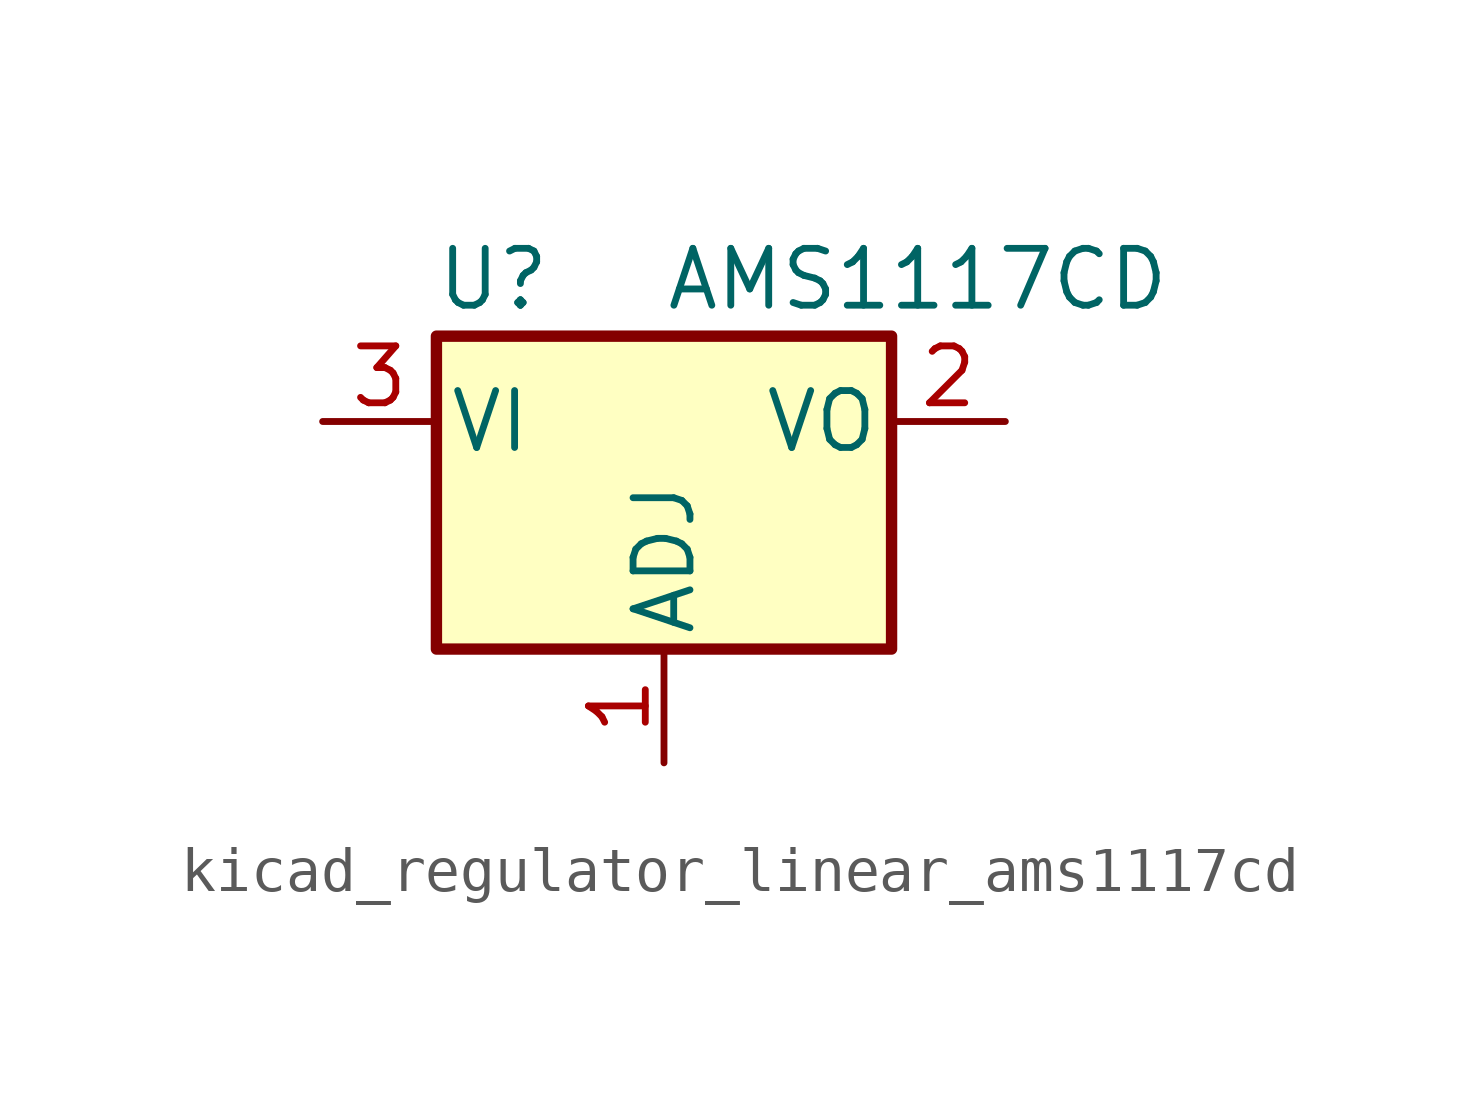
<source format=kicad_sym>
(kicad_symbol_lib
  (version 20220914)
  (generator kicad_symbol_editor)
  (symbol "kicad_regulator_linear_ams1117cd"
    (pin_names
      (offset 0.254))
    (property "Reference" "U"
      (at -3.81 3.175 0)
      (effects (font (size 1.27 1.27))))
    (property "Value" "AMS1117CD"
      (at 0 3.175 0)
      (effects (font (size 1.27 1.27)) (justify left)))
    (symbol "kicad_regulator_linear_ams1117cd_0_1"
      (rectangle (start -5.08 -5.08) (end 5.08 1.905) (stroke (width 0.254) (type default)) (fill (type background))))
    (symbol "kicad_regulator_linear_ams1117cd_1_1"
      (pin input line (at 0 -7.62 90) (length 2.54) (name "ADJ" (effects (font (size 1.27 1.27)))) (number "1" (effects (font (size 1.27 1.27)))))
      (pin power_out line (at 7.62 0 180) (length 2.54) (name "VO" (effects (font (size 1.27 1.27)))) (number "2" (effects (font (size 1.27 1.27)))))
      (pin power_in line (at -7.62 0 0) (length 2.54) (name "VI" (effects (font (size 1.27 1.27)))) (number "3" (effects (font (size 1.27 1.27))))))))
</source>
